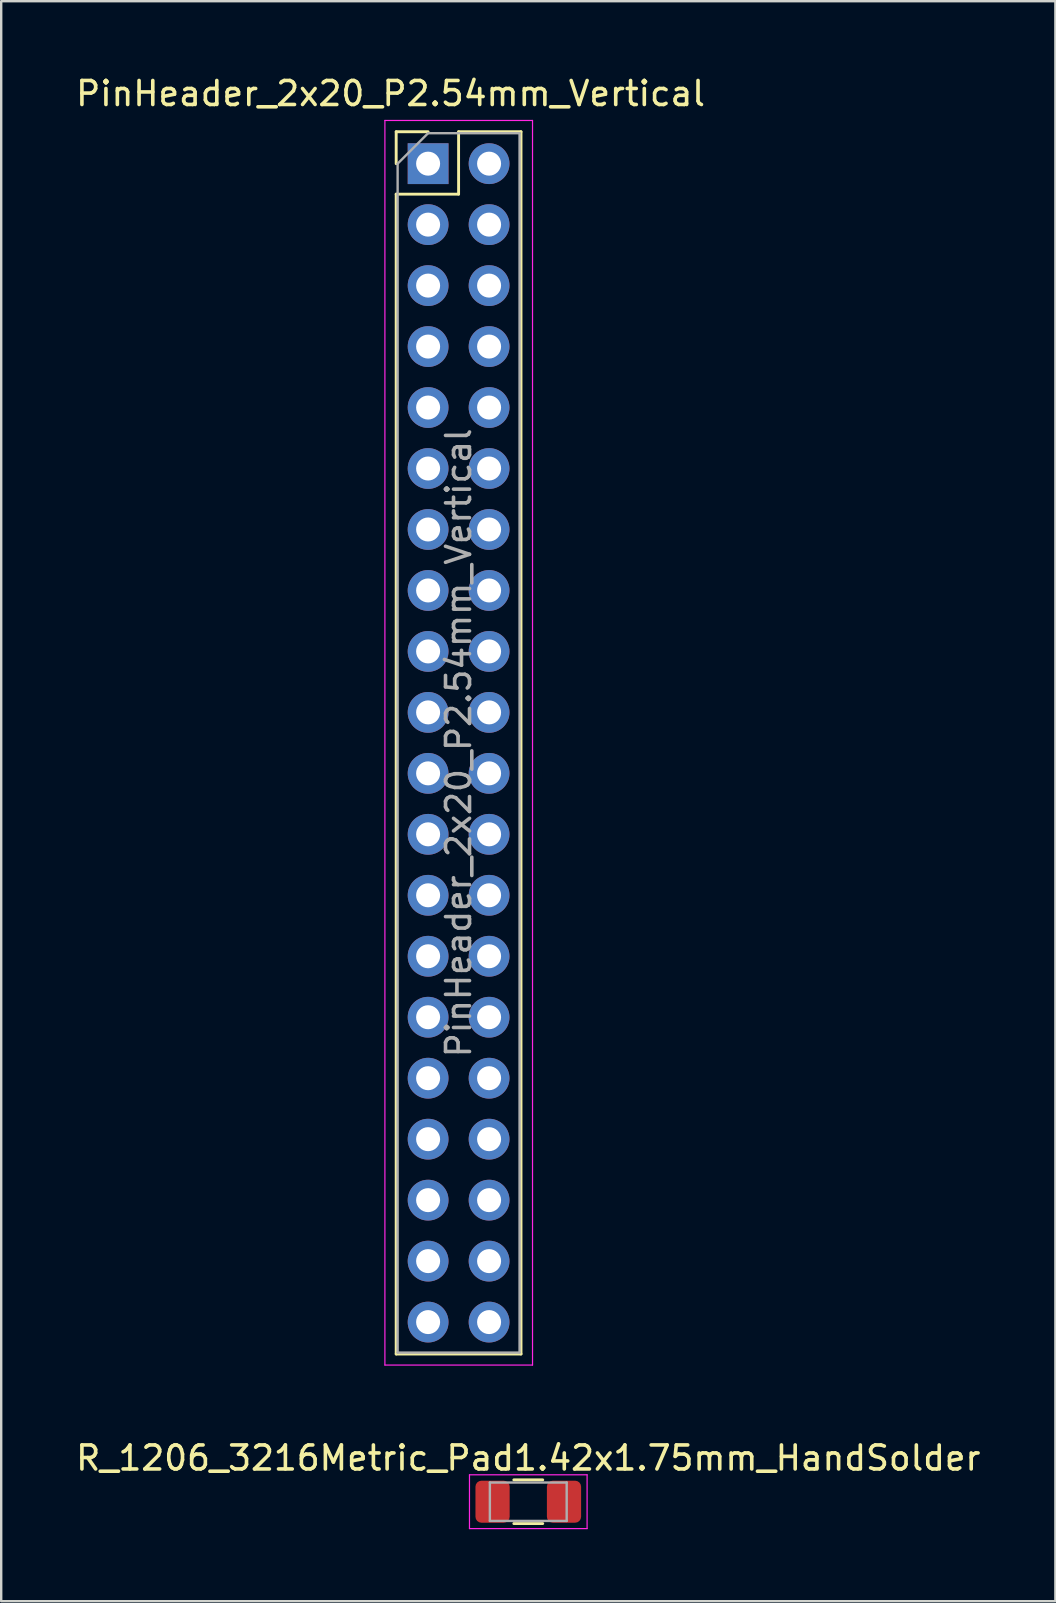
<source format=kicad_pcb>
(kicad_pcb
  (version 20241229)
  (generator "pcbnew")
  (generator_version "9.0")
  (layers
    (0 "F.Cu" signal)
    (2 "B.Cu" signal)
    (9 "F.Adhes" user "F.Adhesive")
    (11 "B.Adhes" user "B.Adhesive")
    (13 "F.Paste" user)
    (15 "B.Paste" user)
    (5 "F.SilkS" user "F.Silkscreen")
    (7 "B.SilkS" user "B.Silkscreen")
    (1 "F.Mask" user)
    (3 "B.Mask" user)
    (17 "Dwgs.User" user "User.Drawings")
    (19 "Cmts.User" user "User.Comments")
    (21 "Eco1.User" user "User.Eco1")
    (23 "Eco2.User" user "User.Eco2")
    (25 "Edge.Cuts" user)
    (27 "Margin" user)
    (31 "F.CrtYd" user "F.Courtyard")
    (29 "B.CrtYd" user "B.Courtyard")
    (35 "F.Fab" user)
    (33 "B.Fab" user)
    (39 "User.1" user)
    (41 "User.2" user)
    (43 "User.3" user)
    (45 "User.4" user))
  (footprint "R_1206_3216Metric_Pad1.42x1.75mm_HandSolder"
    (layer "F.Cu")
    (at 18.958 59.511)
    (property "Reference" "R_1206_3216Metric_Pad1.42x1.75mm_HandSolder" (at 0 -1.82 0) (layer "F.SilkS") (effects (font (size 1 1) (thickness 0.15))))
    (attr smd)
    (fp_line (start -0.602 -0.91) (end 0.602 -0.91) (stroke (width 0.12) (type solid)) (layer "F.SilkS"))
    (fp_line (start -0.602 0.91) (end 0.602 0.91) (stroke (width 0.12) (type solid)) (layer "F.SilkS"))
    (fp_line (start -2.45 -1.12) (end 2.45 -1.12) (stroke (width 0.05) (type solid)) (layer "F.CrtYd"))
    (fp_line (start -2.45 1.12) (end -2.45 -1.12) (stroke (width 0.05) (type solid)) (layer "F.CrtYd"))
    (fp_line (start 2.45 -1.12) (end 2.45 1.12) (stroke (width 0.05) (type solid)) (layer "F.CrtYd"))
    (fp_line (start 2.45 1.12) (end -2.45 1.12) (stroke (width 0.05) (type solid)) (layer "F.CrtYd"))
    (fp_line (start -1.6 -0.8) (end 1.6 -0.8) (stroke (width 0.1) (type solid)) (layer "F.Fab"))
    (fp_line (start -1.6 0.8) (end -1.6 -0.8) (stroke (width 0.1) (type solid)) (layer "F.Fab"))
    (fp_line (start 1.6 -0.8) (end 1.6 0.8) (stroke (width 0.1) (type solid)) (layer "F.Fab"))
    (fp_line (start 1.6 0.8) (end -1.6 0.8) (stroke (width 0.1) (type solid)) (layer "F.Fab"))
    (pad "1" smd roundrect (at -1.488 0) (size 1.425 1.75) (layers "F.Cu" "F.Mask" "F.Paste") (roundrect_rratio 0.175))
    (pad "2" smd roundrect (at 1.488 0) (size 1.425 1.75) (layers "F.Cu" "F.Mask" "F.Paste") (roundrect_rratio 0.175)))
  (footprint "PinHeader_2x20_P2.54mm_Vertical"
    (layer "F.Cu")
    (at 14.785 3.768)
    (property "Reference" "PinHeader_2x20_P2.54mm_Vertical" (at -1.565 -2.92 0) (layer "F.SilkS") (effects (font (size 1 1) (thickness 0.15))))
    (attr through_hole)
    (fp_line (start -1.33 -1.33) (end 0 -1.33) (stroke (width 0.12) (type solid)) (layer "F.SilkS"))
    (fp_line (start -1.33 0) (end -1.33 -1.33) (stroke (width 0.12) (type solid)) (layer "F.SilkS"))
    (fp_line (start -1.33 1.27) (end -1.33 49.59) (stroke (width 0.12) (type solid)) (layer "F.SilkS"))
    (fp_line (start -1.33 1.27) (end 1.27 1.27) (stroke (width 0.12) (type solid)) (layer "F.SilkS"))
    (fp_line (start -1.33 49.59) (end 3.87 49.59) (stroke (width 0.12) (type solid)) (layer "F.SilkS"))
    (fp_line (start 1.27 -1.33) (end 3.87 -1.33) (stroke (width 0.12) (type solid)) (layer "F.SilkS"))
    (fp_line (start 1.27 1.27) (end 1.27 -1.33) (stroke (width 0.12) (type solid)) (layer "F.SilkS"))
    (fp_line (start 3.87 -1.33) (end 3.87 49.59) (stroke (width 0.12) (type solid)) (layer "F.SilkS"))
    (fp_line (start -1.8 -1.8) (end -1.8 50.05) (stroke (width 0.05) (type solid)) (layer "F.CrtYd"))
    (fp_line (start -1.8 50.05) (end 4.35 50.05) (stroke (width 0.05) (type solid)) (layer "F.CrtYd"))
    (fp_line (start 4.35 -1.8) (end -1.8 -1.8) (stroke (width 0.05) (type solid)) (layer "F.CrtYd"))
    (fp_line (start 4.35 50.05) (end 4.35 -1.8) (stroke (width 0.05) (type solid)) (layer "F.CrtYd"))
    (fp_line (start -1.27 0) (end 0 -1.27) (stroke (width 0.1) (type solid)) (layer "F.Fab"))
    (fp_line (start -1.27 49.53) (end -1.27 0) (stroke (width 0.1) (type solid)) (layer "F.Fab"))
    (fp_line (start 0 -1.27) (end 3.81 -1.27) (stroke (width 0.1) (type solid)) (layer "F.Fab"))
    (fp_line (start 3.81 -1.27) (end 3.81 49.53) (stroke (width 0.1) (type solid)) (layer "F.Fab"))
    (fp_line (start 3.81 49.53) (end -1.27 49.53) (stroke (width 0.1) (type solid)) (layer "F.Fab"))
    (fp_text user "${REFERENCE}" (at 1.27 24.13 90) (layer "F.Fab") (effects (font (size 1 1) (thickness 0.15))))
    (pad "1" thru_hole rect (at 0 0) (size 1.7 1.7) (drill 1) (layers "*.Cu" "*.Mask"))
    (pad "2" thru_hole oval (at 2.54 0) (size 1.7 1.7) (drill 1) (layers "*.Cu" "*.Mask"))
    (pad "3" thru_hole oval (at 0 2.54) (size 1.7 1.7) (drill 1) (layers "*.Cu" "*.Mask"))
    (pad "4" thru_hole oval (at 2.54 2.54) (size 1.7 1.7) (drill 1) (layers "*.Cu" "*.Mask"))
    (pad "5" thru_hole oval (at 0 5.08) (size 1.7 1.7) (drill 1) (layers "*.Cu" "*.Mask"))
    (pad "6" thru_hole oval (at 2.54 5.08) (size 1.7 1.7) (drill 1) (layers "*.Cu" "*.Mask"))
    (pad "7" thru_hole oval (at 0 7.62) (size 1.7 1.7) (drill 1) (layers "*.Cu" "*.Mask"))
    (pad "8" thru_hole oval (at 2.54 7.62) (size 1.7 1.7) (drill 1) (layers "*.Cu" "*.Mask"))
    (pad "9" thru_hole oval (at 0 10.16) (size 1.7 1.7) (drill 1) (layers "*.Cu" "*.Mask"))
    (pad "10" thru_hole oval (at 2.54 10.16) (size 1.7 1.7) (drill 1) (layers "*.Cu" "*.Mask"))
    (pad "11" thru_hole oval (at 0 12.7) (size 1.7 1.7) (drill 1) (layers "*.Cu" "*.Mask"))
    (pad "12" thru_hole oval (at 2.54 12.7) (size 1.7 1.7) (drill 1) (layers "*.Cu" "*.Mask"))
    (pad "13" thru_hole oval (at 0 15.24) (size 1.7 1.7) (drill 1) (layers "*.Cu" "*.Mask"))
    (pad "14" thru_hole oval (at 2.54 15.24) (size 1.7 1.7) (drill 1) (layers "*.Cu" "*.Mask"))
    (pad "15" thru_hole oval (at 0 17.78) (size 1.7 1.7) (drill 1) (layers "*.Cu" "*.Mask"))
    (pad "16" thru_hole oval (at 2.54 17.78) (size 1.7 1.7) (drill 1) (layers "*.Cu" "*.Mask"))
    (pad "17" thru_hole oval (at 0 20.32) (size 1.7 1.7) (drill 1) (layers "*.Cu" "*.Mask"))
    (pad "18" thru_hole oval (at 2.54 20.32) (size 1.7 1.7) (drill 1) (layers "*.Cu" "*.Mask"))
    (pad "19" thru_hole oval (at 0 22.86) (size 1.7 1.7) (drill 1) (layers "*.Cu" "*.Mask"))
    (pad "20" thru_hole oval (at 2.54 22.86) (size 1.7 1.7) (drill 1) (layers "*.Cu" "*.Mask"))
    (pad "21" thru_hole oval (at 0 25.4) (size 1.7 1.7) (drill 1) (layers "*.Cu" "*.Mask"))
    (pad "22" thru_hole oval (at 2.54 25.4) (size 1.7 1.7) (drill 1) (layers "*.Cu" "*.Mask"))
    (pad "23" thru_hole oval (at 0 27.94) (size 1.7 1.7) (drill 1) (layers "*.Cu" "*.Mask"))
    (pad "24" thru_hole oval (at 2.54 27.94) (size 1.7 1.7) (drill 1) (layers "*.Cu" "*.Mask"))
    (pad "25" thru_hole oval (at 0 30.48) (size 1.7 1.7) (drill 1) (layers "*.Cu" "*.Mask"))
    (pad "26" thru_hole oval (at 2.54 30.48) (size 1.7 1.7) (drill 1) (layers "*.Cu" "*.Mask"))
    (pad "27" thru_hole oval (at 0 33.02) (size 1.7 1.7) (drill 1) (layers "*.Cu" "*.Mask"))
    (pad "28" thru_hole oval (at 2.54 33.02) (size 1.7 1.7) (drill 1) (layers "*.Cu" "*.Mask"))
    (pad "29" thru_hole oval (at 0 35.56) (size 1.7 1.7) (drill 1) (layers "*.Cu" "*.Mask"))
    (pad "30" thru_hole oval (at 2.54 35.56) (size 1.7 1.7) (drill 1) (layers "*.Cu" "*.Mask"))
    (pad "31" thru_hole oval (at 0 38.1) (size 1.7 1.7) (drill 1) (layers "*.Cu" "*.Mask"))
    (pad "32" thru_hole oval (at 2.54 38.1) (size 1.7 1.7) (drill 1) (layers "*.Cu" "*.Mask"))
    (pad "33" thru_hole oval (at 0 40.64) (size 1.7 1.7) (drill 1) (layers "*.Cu" "*.Mask"))
    (pad "34" thru_hole oval (at 2.54 40.64) (size 1.7 1.7) (drill 1) (layers "*.Cu" "*.Mask"))
    (pad "35" thru_hole oval (at 0 43.18) (size 1.7 1.7) (drill 1) (layers "*.Cu" "*.Mask"))
    (pad "36" thru_hole oval (at 2.54 43.18) (size 1.7 1.7) (drill 1) (layers "*.Cu" "*.Mask"))
    (pad "37" thru_hole oval (at 0 45.72) (size 1.7 1.7) (drill 1) (layers "*.Cu" "*.Mask"))
    (pad "38" thru_hole oval (at 2.54 45.72) (size 1.7 1.7) (drill 1) (layers "*.Cu" "*.Mask"))
    (pad "39" thru_hole oval (at 0 48.26) (size 1.7 1.7) (drill 1) (layers "*.Cu" "*.Mask"))
    (pad "40" thru_hole oval (at 2.54 48.26) (size 1.7 1.7) (drill 1) (layers "*.Cu" "*.Mask")))
  (gr_rect
    (start -3 -3)
    (end 40.917 63.657)
    (stroke (width 0.1) (type default))
    (fill no)
    (layer "Edge.Cuts")))
</source>
